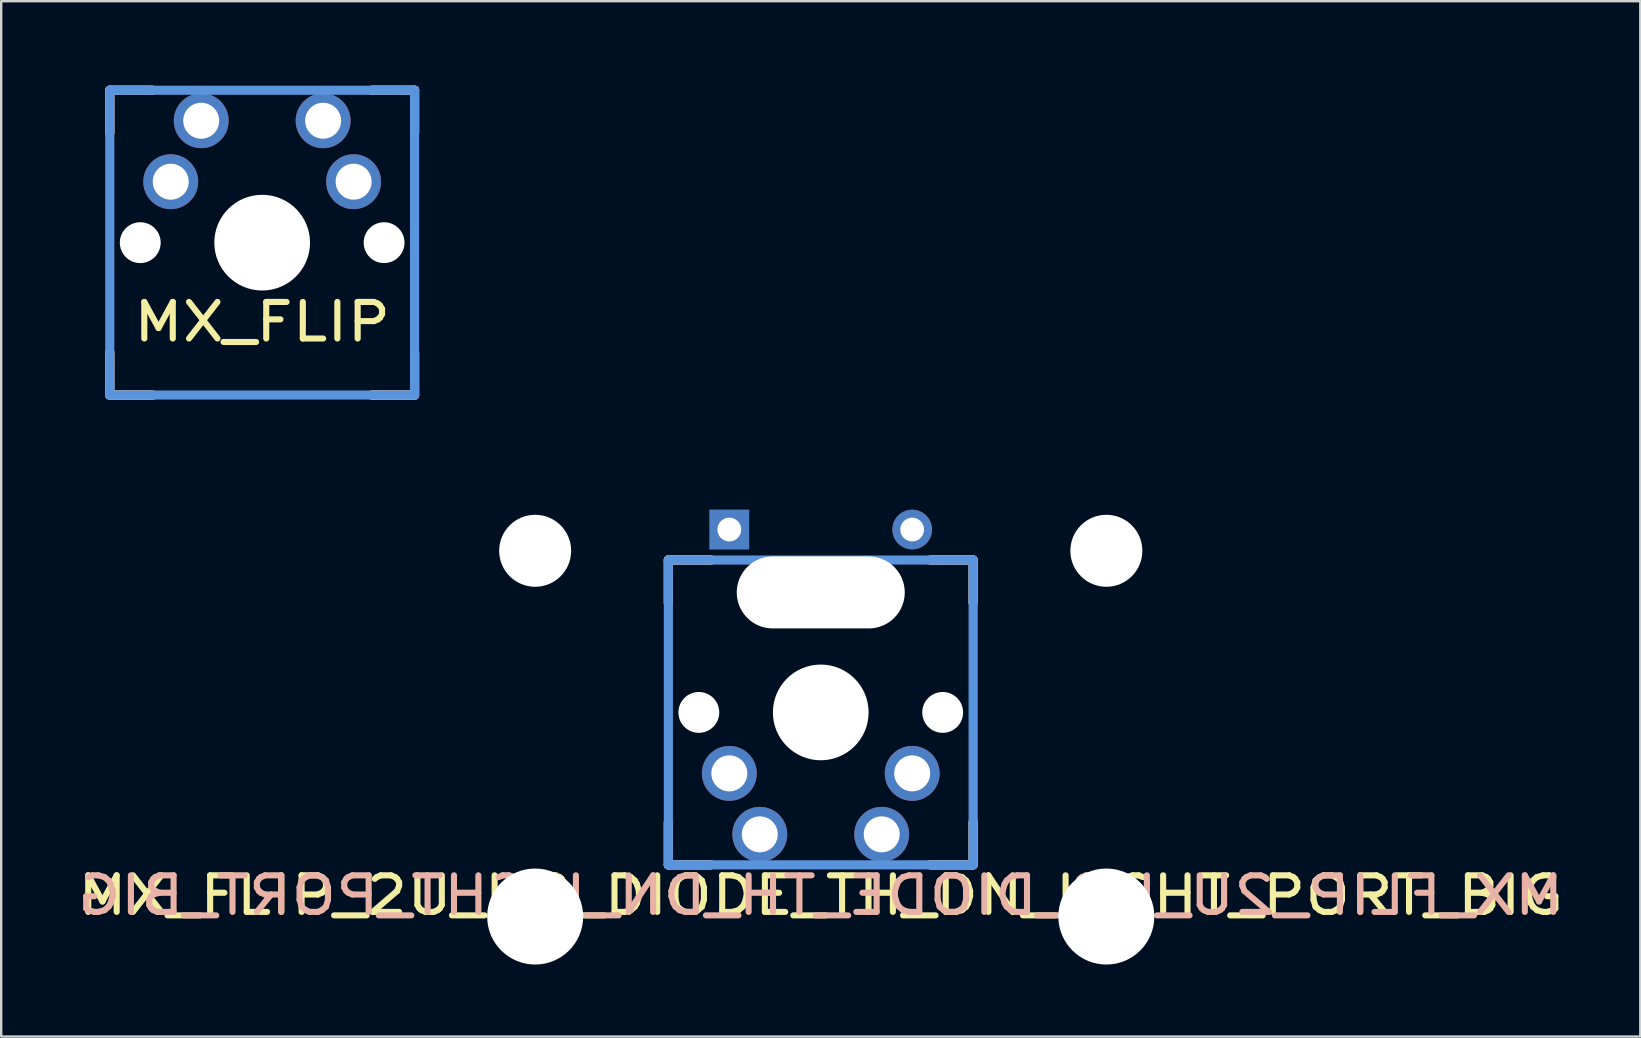
<source format=kicad_pcb>
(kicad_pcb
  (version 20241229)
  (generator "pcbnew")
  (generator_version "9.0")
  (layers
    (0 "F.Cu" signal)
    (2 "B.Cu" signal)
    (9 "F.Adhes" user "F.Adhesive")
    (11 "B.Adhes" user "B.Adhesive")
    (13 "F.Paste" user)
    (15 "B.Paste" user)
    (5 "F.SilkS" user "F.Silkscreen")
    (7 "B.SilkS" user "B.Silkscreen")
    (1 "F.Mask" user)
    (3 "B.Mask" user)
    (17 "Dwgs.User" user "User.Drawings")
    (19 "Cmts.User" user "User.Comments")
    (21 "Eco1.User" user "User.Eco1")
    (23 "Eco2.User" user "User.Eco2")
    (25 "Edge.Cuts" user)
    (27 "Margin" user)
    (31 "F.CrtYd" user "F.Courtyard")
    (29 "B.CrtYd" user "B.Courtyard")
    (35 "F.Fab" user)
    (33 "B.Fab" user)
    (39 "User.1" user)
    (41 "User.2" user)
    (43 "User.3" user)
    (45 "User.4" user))
  (footprint "MX_FLIP"
    (layer "F.Cu")
    (at 7.874 7.061)
    (property "Reference" "MX_FLIP" (at 0 3.302 0) (layer "F.SilkS") (effects (font (size 1.524 1.778) (thickness 0.254))))
    (attr through_hole)
    (fp_line (start -6.35 -6.35) (end -4.572 -6.35) (stroke (width 0.381) (type solid)) (layer "F.SilkS"))
    (fp_line (start -6.35 -4.572) (end -6.35 -6.35) (stroke (width 0.381) (type solid)) (layer "F.SilkS"))
    (fp_line (start -6.35 6.35) (end -6.35 4.572) (stroke (width 0.381) (type solid)) (layer "F.SilkS"))
    (fp_line (start -4.572 6.35) (end -6.35 6.35) (stroke (width 0.381) (type solid)) (layer "F.SilkS"))
    (fp_line (start 4.572 -6.35) (end 6.35 -6.35) (stroke (width 0.381) (type solid)) (layer "F.SilkS"))
    (fp_line (start 6.35 -6.35) (end 6.35 -4.572) (stroke (width 0.381) (type solid)) (layer "F.SilkS"))
    (fp_line (start 6.35 4.572) (end 6.35 6.35) (stroke (width 0.381) (type solid)) (layer "F.SilkS"))
    (fp_line (start 6.35 6.35) (end 4.572 6.35) (stroke (width 0.381) (type solid)) (layer "F.SilkS"))
    (fp_line (start -6.35 -6.35) (end -4.572 -6.35) (stroke (width 0.381) (type solid)) (layer "B.SilkS"))
    (fp_line (start -6.35 -4.572) (end -6.35 -6.35) (stroke (width 0.381) (type solid)) (layer "B.SilkS"))
    (fp_line (start -6.35 6.35) (end -6.35 4.572) (stroke (width 0.381) (type solid)) (layer "B.SilkS"))
    (fp_line (start -4.572 6.35) (end -6.35 6.35) (stroke (width 0.381) (type solid)) (layer "B.SilkS"))
    (fp_line (start 4.572 -6.35) (end 6.35 -6.35) (stroke (width 0.381) (type solid)) (layer "B.SilkS"))
    (fp_line (start 6.35 -6.35) (end 6.35 -4.572) (stroke (width 0.381) (type solid)) (layer "B.SilkS"))
    (fp_line (start 6.35 4.572) (end 6.35 6.35) (stroke (width 0.381) (type solid)) (layer "B.SilkS"))
    (fp_line (start 6.35 6.35) (end 4.572 6.35) (stroke (width 0.381) (type solid)) (layer "B.SilkS"))
    (fp_line (start -6.35 -6.35) (end 6.35 -6.35) (stroke (width 0.381) (type solid)) (layer "Cmts.User"))
    (fp_line (start -6.35 6.35) (end -6.35 -6.35) (stroke (width 0.381) (type solid)) (layer "Cmts.User"))
    (fp_line (start 6.35 -6.35) (end 6.35 6.35) (stroke (width 0.381) (type solid)) (layer "Cmts.User"))
    (fp_line (start 6.35 6.35) (end -6.35 6.35) (stroke (width 0.381) (type solid)) (layer "Cmts.User"))
    (fp_line (start -7.798 -6.005) (end -6.985 -6.005) (stroke (width 0.152) (type solid)) (layer "Eco2.User"))
    (fp_line (start -7.798 -2.504) (end -7.798 -6.005) (stroke (width 0.152) (type solid)) (layer "Eco2.User"))
    (fp_line (start -7.798 2.504) (end -6.985 2.504) (stroke (width 0.152) (type solid)) (layer "Eco2.User"))
    (fp_line (start -7.798 6.005) (end -7.798 2.504) (stroke (width 0.152) (type solid)) (layer "Eco2.User"))
    (fp_line (start -6.985 -6.985) (end 6.985 -6.985) (stroke (width 0.152) (type solid)) (layer "Eco2.User"))
    (fp_line (start -6.985 -6.005) (end -6.985 -6.985) (stroke (width 0.152) (type solid)) (layer "Eco2.User"))
    (fp_line (start -6.985 -2.504) (end -7.798 -2.504) (stroke (width 0.152) (type solid)) (layer "Eco2.User"))
    (fp_line (start -6.985 2.504) (end -6.985 -2.504) (stroke (width 0.152) (type solid)) (layer "Eco2.User"))
    (fp_line (start -6.985 6.005) (end -7.798 6.005) (stroke (width 0.152) (type solid)) (layer "Eco2.User"))
    (fp_line (start -6.985 6.985) (end -6.985 6.005) (stroke (width 0.152) (type solid)) (layer "Eco2.User"))
    (fp_line (start 6.985 -6.985) (end 6.985 -6.005) (stroke (width 0.152) (type solid)) (layer "Eco2.User"))
    (fp_line (start 6.985 -6.005) (end 7.798 -6.005) (stroke (width 0.152) (type solid)) (layer "Eco2.User"))
    (fp_line (start 6.985 -2.504) (end 6.985 2.504) (stroke (width 0.152) (type solid)) (layer "Eco2.User"))
    (fp_line (start 6.985 2.504) (end 7.798 2.504) (stroke (width 0.152) (type solid)) (layer "Eco2.User"))
    (fp_line (start 6.985 6.005) (end 6.985 6.985) (stroke (width 0.152) (type solid)) (layer "Eco2.User"))
    (fp_line (start 6.985 6.985) (end -6.985 6.985) (stroke (width 0.152) (type solid)) (layer "Eco2.User"))
    (fp_line (start 7.798 -6.005) (end 7.798 -2.504) (stroke (width 0.152) (type solid)) (layer "Eco2.User"))
    (fp_line (start 7.798 -2.504) (end 6.985 -2.504) (stroke (width 0.152) (type solid)) (layer "Eco2.User"))
    (fp_line (start 7.798 2.504) (end 7.798 6.005) (stroke (width 0.152) (type solid)) (layer "Eco2.User"))
    (fp_line (start 7.798 6.005) (end 6.985 6.005) (stroke (width 0.152) (type solid)) (layer "Eco2.User"))
    (pad "" np_thru_hole circle (at -5.08 0) (size 1.702 1.702) (drill 1.702) (layers "*.Cu" "*.Mask"))
    (pad "" np_thru_hole circle (at 0 0) (size 3.988 3.988) (drill 3.988) (layers "*.Cu" "*.Mask"))
    (pad "" np_thru_hole circle (at 5.08 0) (size 1.702 1.702) (drill 1.702) (layers "*.Cu" "*.Mask"))
    (pad "1" thru_hole circle (at 2.54 -5.08) (size 2.286 2.286) (drill 1.499) (layers "*.Cu" "*.Mask"))
    (pad "1" thru_hole circle (at 3.81 -2.54) (size 2.286 2.286) (drill 1.499) (layers "*.Cu" "*.Mask"))
    (pad "2" thru_hole circle (at -3.81 -2.54) (size 2.286 2.286) (drill 1.499) (layers "*.Cu" "*.Mask"))
    (pad "2" thru_hole circle (at -2.54 -5.08) (size 2.286 2.286) (drill 1.499) (layers "*.Cu" "*.Mask")))
  (footprint "MX_FLIP_2U_UP_DIODE_TH_DN_LIGHT_PORT_BIG"
    (layer "F.Cu")
    (at 31.149 26.635)
    (property "Reference" "MX_FLIP_2U_UP_DIODE_TH_DN_LIGHT_PORT_BIG" (at 0 7.62 180) (layer "F.SilkS") (effects (font (size 1.524 1.778) (thickness 0.254))))
    (attr through_hole)
    (fp_line (start -6.35 -4.572) (end -6.35 -6.35) (stroke (width 0.381) (type solid)) (layer "F.SilkS"))
    (fp_line (start -6.35 6.35) (end -6.35 4.572) (stroke (width 0.381) (type solid)) (layer "F.SilkS"))
    (fp_line (start -6.35 -6.35) (end -4.572 -6.35) (stroke (width 0.381) (type solid)) (layer "F.SilkS"))
    (fp_line (start -4.572 6.35) (end -6.35 6.35) (stroke (width 0.381) (type solid)) (layer "F.SilkS"))
    (fp_line (start 4.572 -6.35) (end 6.35 -6.35) (stroke (width 0.381) (type solid)) (layer "F.SilkS"))
    (fp_line (start 6.35 6.35) (end 4.572 6.35) (stroke (width 0.381) (type solid)) (layer "F.SilkS"))
    (fp_line (start 6.35 -6.35) (end 6.35 -4.572) (stroke (width 0.381) (type solid)) (layer "F.SilkS"))
    (fp_line (start 6.35 4.572) (end 6.35 6.35) (stroke (width 0.381) (type solid)) (layer "F.SilkS"))
    (fp_line (start -6.35 -4.572) (end -6.35 -6.35) (stroke (width 0.381) (type solid)) (layer "B.SilkS"))
    (fp_line (start -6.35 6.35) (end -6.35 4.572) (stroke (width 0.381) (type solid)) (layer "B.SilkS"))
    (fp_line (start -6.35 -6.35) (end -4.572 -6.35) (stroke (width 0.381) (type solid)) (layer "B.SilkS"))
    (fp_line (start -4.572 6.35) (end -6.35 6.35) (stroke (width 0.381) (type solid)) (layer "B.SilkS"))
    (fp_line (start 4.572 -6.35) (end 6.35 -6.35) (stroke (width 0.381) (type solid)) (layer "B.SilkS"))
    (fp_line (start 6.35 6.35) (end 4.572 6.35) (stroke (width 0.381) (type solid)) (layer "B.SilkS"))
    (fp_line (start 6.35 -6.35) (end 6.35 -4.572) (stroke (width 0.381) (type solid)) (layer "B.SilkS"))
    (fp_line (start 6.35 4.572) (end 6.35 6.35) (stroke (width 0.381) (type solid)) (layer "B.SilkS"))
    (fp_line (start -6.35 6.35) (end -6.35 -6.35) (stroke (width 0.381) (type solid)) (layer "Cmts.User"))
    (fp_line (start -6.35 -6.35) (end 6.35 -6.35) (stroke (width 0.381) (type solid)) (layer "Cmts.User"))
    (fp_line (start 6.35 6.35) (end -6.35 6.35) (stroke (width 0.381) (type solid)) (layer "Cmts.User"))
    (fp_line (start 6.35 -6.35) (end 6.35 6.35) (stroke (width 0.381) (type solid)) (layer "Cmts.User"))
    (fp_line (start -9.5 9.5) (end -9.5 -9.5) (stroke (width 0.025) (type solid)) (layer "Eco2.User"))
    (fp_line (start -9.5 -9.5) (end 9.5 -9.5) (stroke (width 0.025) (type solid)) (layer "Eco2.User"))
    (fp_line (start -7 -7) (end 7 -7) (stroke (width 0.025) (type solid)) (layer "Eco2.User"))
    (fp_line (start -7 7) (end -7 -7) (stroke (width 0.025) (type solid)) (layer "Eco2.User"))
    (fp_line (start 7 7) (end -7 7) (stroke (width 0.025) (type solid)) (layer "Eco2.User"))
    (fp_line (start 7 7) (end 7 -7) (stroke (width 0.025) (type solid)) (layer "Eco2.User"))
    (fp_line (start 9.5 9.5) (end -9.5 9.5) (stroke (width 0.025) (type solid)) (layer "Eco2.User"))
    (fp_line (start 9.5 -9.5) (end 9.5 9.5) (stroke (width 0.025) (type solid)) (layer "Eco2.User"))
    (fp_text user "${REFERENCE}" (at 0 7.62 0) (layer "B.SilkS") (effects (font (size 1.524 1.778) (thickness 0.254)) (justify mirror)))
    (pad "" np_thru_hole circle (at -11.9 -6.735) (size 3 3) (drill 3) (layers "*.Cu" "*.Mask"))
    (pad "" np_thru_hole circle (at -11.9 8.505) (size 4 4) (drill 4) (layers "*.Cu" "*.Mask"))
    (pad "" np_thru_hole circle (at -5.08 0 180) (size 1.702 1.702) (drill 1.702) (layers "*.Cu" "*.Mask"))
    (pad "" np_thru_hole oval (at 0 -5 180) (size 7 3) (drill oval 7 3) (layers "*.Cu" "*.Mask"))
    (pad "" np_thru_hole circle (at 0 0 180) (size 3.988 3.988) (drill 3.988) (layers "*.Cu" "*.Mask"))
    (pad "" np_thru_hole circle (at 5.08 0 180) (size 1.702 1.702) (drill 1.702) (layers "*.Cu" "*.Mask"))
    (pad "" np_thru_hole circle (at 11.9 -6.735) (size 3 3) (drill 3) (layers "*.Cu" "*.Mask"))
    (pad "" np_thru_hole circle (at 11.9 8.505) (size 4 4) (drill 4) (layers "*.Cu" "*.Mask"))
    (pad "1" thru_hole circle (at -3.81 2.54 180) (size 2.286 2.286) (drill 1.499) (layers "*.Cu" "*.Mask"))
    (pad "1" thru_hole circle (at -2.54 5.08 180) (size 2.286 2.286) (drill 1.499) (layers "*.Cu" "*.Mask"))
    (pad "2" thru_hole circle (at 2.54 5.08 180) (size 2.286 2.286) (drill 1.499) (layers "*.Cu" "*.Mask"))
    (pad "2" thru_hole circle (at 3.81 2.54 180) (size 2.286 2.286) (drill 1.499) (layers "*.Cu" "*.Mask"))
    (pad "3" thru_hole circle (at 3.81 -7.62 180) (size 1.651 1.651) (drill 0.991) (layers "*.Cu" "*.Mask"))
    (pad "4" thru_hole rect (at -3.81 -7.62 180) (size 1.651 1.651) (drill 0.991) (layers "*.Cu" "*.Mask")))
  (gr_rect
    (start -3 -3)
    (end 65.298 40.14)
    (stroke (width 0.1) (type default))
    (fill no)
    (layer "Edge.Cuts")))
</source>
